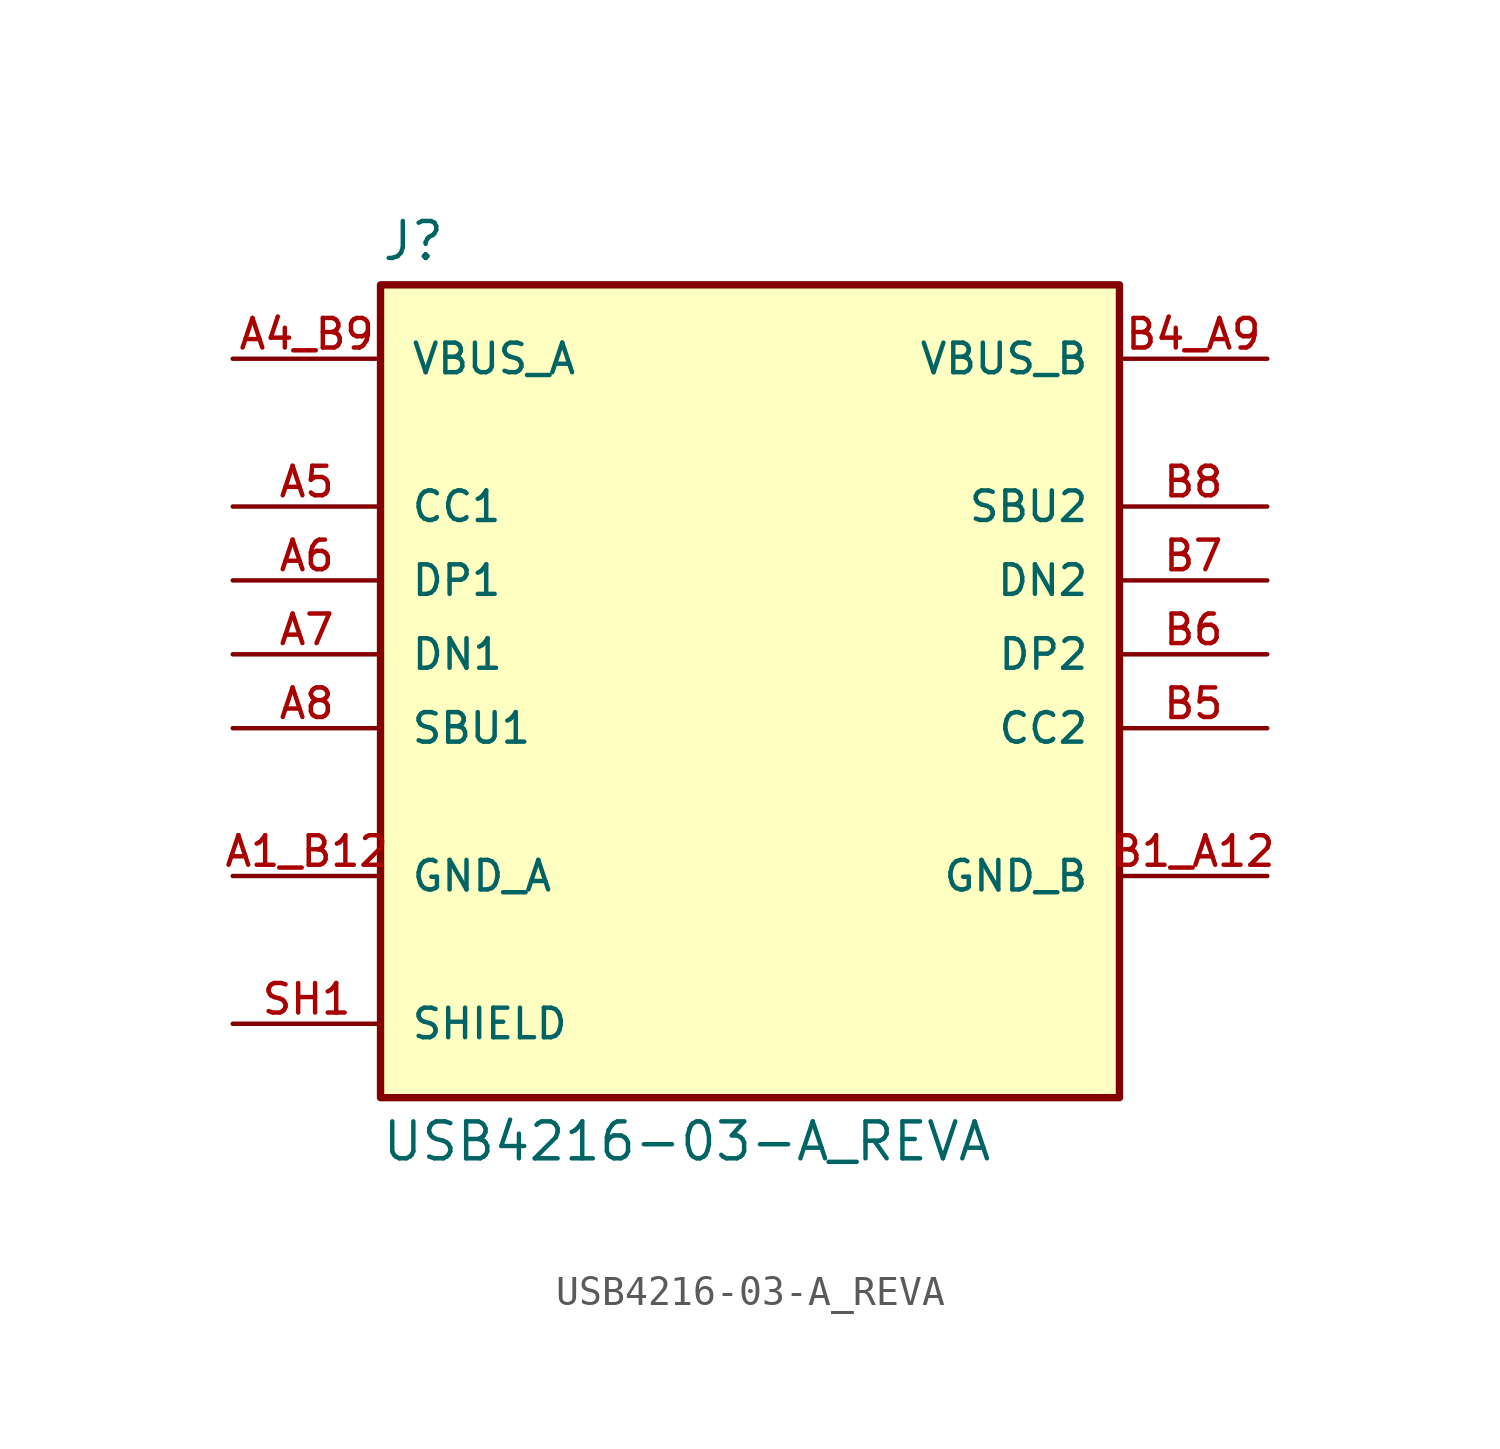
<source format=kicad_sym>
(kicad_symbol_lib
  (version 20211014)
  (generator kicad_symbol_editor)
  (symbol "USB4216-03-A_REVA"
    (pin_names
      (offset 1.016))
    (property "Reference" "J"
      (at -12.7 13.462 0)
      (effects (font (size 1.27 1.27)) (justify bottom left)))
    (property "Value" "USB4216-03-A_REVA"
      (at -12.7 -16.002 0.0)
      (effects (font (size 1.27 1.27)) (justify top left)))
    (symbol "USB4216-03-A_REVA_0_0"
      (rectangle (start -12.7 -15.24) (end 12.7 12.7) (stroke (width 0.254)) (fill (type background)))
      (pin power_in line (at -17.78 -7.62 0) (length 5.08) (name "GND_A" (effects (font (size 1.016 1.016)))) (number "A1_B12" (effects (font (size 1.016 1.016)))))
      (pin power_in line (at -17.78 10.16 0) (length 5.08) (name "VBUS_A" (effects (font (size 1.016 1.016)))) (number "A4_B9" (effects (font (size 1.016 1.016)))))
      (pin bidirectional line (at -17.78 2.54 0) (length 5.08) (name "DP1" (effects (font (size 1.016 1.016)))) (number "A6" (effects (font (size 1.016 1.016)))))
      (pin bidirectional line (at -17.78 5.08 0) (length 5.08) (name "CC1" (effects (font (size 1.016 1.016)))) (number "A5" (effects (font (size 1.016 1.016)))))
      (pin bidirectional line (at -17.78 -2.54 0) (length 5.08) (name "SBU1" (effects (font (size 1.016 1.016)))) (number "A8" (effects (font (size 1.016 1.016)))))
      (pin bidirectional line (at -17.78 0.0 0) (length 5.08) (name "DN1" (effects (font (size 1.016 1.016)))) (number "A7" (effects (font (size 1.016 1.016)))))
      (pin passive line (at -17.78 -12.7 0) (length 5.08) (name "SHIELD" (effects (font (size 1.016 1.016)))) (number "SH1" (effects (font (size 1.016 1.016)))))
      (pin passive line (at -17.78 -12.7 0) (length 5.08) hide (name "SHIELD" (effects (font (size 1.016 1.016)))) (number "SH2" (effects (font (size 1.016 1.016)))))
      (pin passive line (at -17.78 -12.7 0) (length 5.08) hide (name "SHIELD" (effects (font (size 1.016 1.016)))) (number "SH3" (effects (font (size 1.016 1.016)))))
      (pin passive line (at -17.78 -12.7 0) (length 5.08) hide (name "SHIELD" (effects (font (size 1.016 1.016)))) (number "SH4" (effects (font (size 1.016 1.016)))))
      (pin power_in line (at 17.78 -7.62 180.0) (length 5.08) (name "GND_B" (effects (font (size 1.016 1.016)))) (number "B1_A12" (effects (font (size 1.016 1.016)))))
      (pin power_in line (at 17.78 10.16 180.0) (length 5.08) (name "VBUS_B" (effects (font (size 1.016 1.016)))) (number "B4_A9" (effects (font (size 1.016 1.016)))))
      (pin bidirectional line (at 17.78 0.0 180.0) (length 5.08) (name "DP2" (effects (font (size 1.016 1.016)))) (number "B6" (effects (font (size 1.016 1.016)))))
      (pin bidirectional line (at 17.78 -2.54 180.0) (length 5.08) (name "CC2" (effects (font (size 1.016 1.016)))) (number "B5" (effects (font (size 1.016 1.016)))))
      (pin bidirectional line (at 17.78 5.08 180.0) (length 5.08) (name "SBU2" (effects (font (size 1.016 1.016)))) (number "B8" (effects (font (size 1.016 1.016)))))
      (pin bidirectional line (at 17.78 2.54 180.0) (length 5.08) (name "DN2" (effects (font (size 1.016 1.016)))) (number "B7" (effects (font (size 1.016 1.016))))))))
</source>
